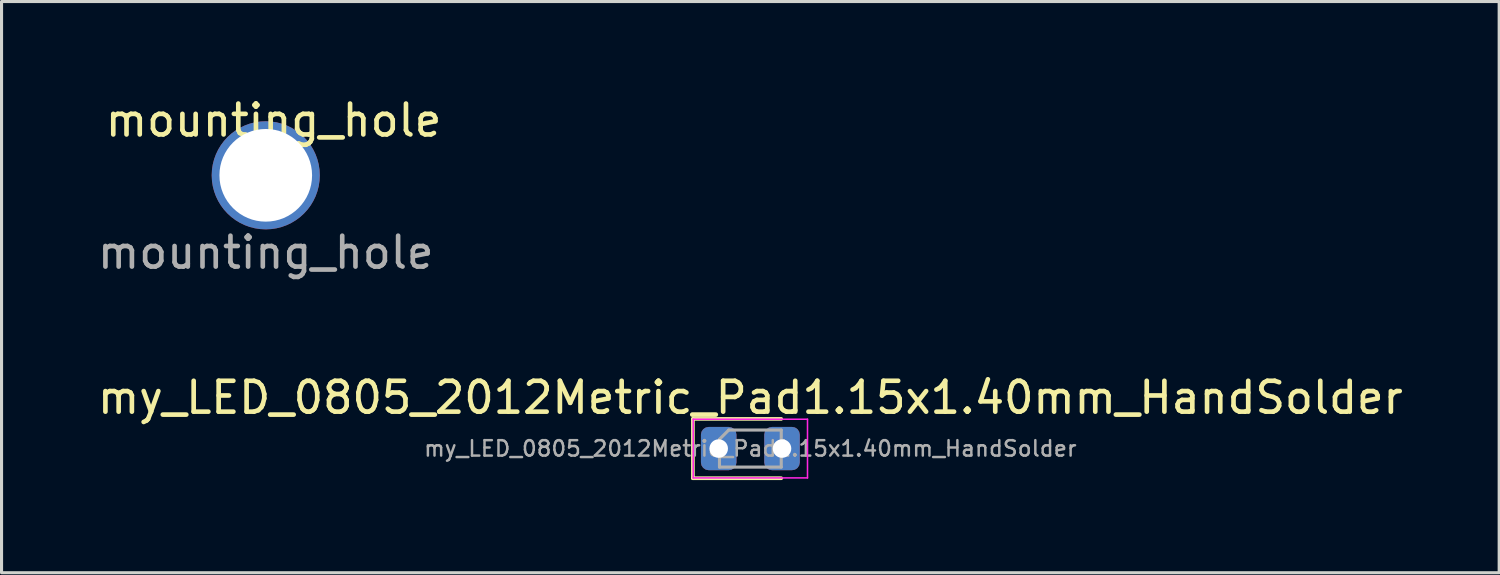
<source format=kicad_pcb>
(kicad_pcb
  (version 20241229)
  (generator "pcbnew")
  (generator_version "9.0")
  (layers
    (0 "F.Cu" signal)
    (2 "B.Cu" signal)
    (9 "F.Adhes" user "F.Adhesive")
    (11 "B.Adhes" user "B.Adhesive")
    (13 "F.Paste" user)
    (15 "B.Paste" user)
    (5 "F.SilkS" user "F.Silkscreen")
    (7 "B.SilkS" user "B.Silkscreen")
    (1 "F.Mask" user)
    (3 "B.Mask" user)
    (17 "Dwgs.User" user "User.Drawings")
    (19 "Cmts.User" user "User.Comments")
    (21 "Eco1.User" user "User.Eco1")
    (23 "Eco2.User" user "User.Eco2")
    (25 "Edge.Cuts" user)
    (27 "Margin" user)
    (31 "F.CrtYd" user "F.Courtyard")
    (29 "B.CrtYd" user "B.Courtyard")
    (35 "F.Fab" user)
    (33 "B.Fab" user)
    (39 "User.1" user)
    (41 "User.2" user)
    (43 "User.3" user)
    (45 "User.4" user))
  (footprint "mounting_hole"
    (layer "F.Cu")
    (at 5.554 2.626)
    (property "Reference" "mounting_hole" (at 0.254 -1.778 0) (unlocked yes) (layer "F.SilkS") (effects (font (size 1 1) (thickness 0.15))))
    (attr through_hole)
    (fp_text user "${REFERENCE}" (at 0 2.5 0) (unlocked yes) (layer "F.Fab") (effects (font (size 1 1) (thickness 0.15))))
    (pad "" np_thru_hole circle (at 0 0) (size 3.5 3.5) (drill 3) (layers "*.Cu")))
  (footprint "my_LED_0805_2012Metric_Pad1.15x1.40mm_HandSolder"
    (layer "F.Cu")
    (at 21.244 11.473)
    (property "Reference" "my_LED_0805_2012Metric_Pad1.15x1.40mm_HandSolder" (at 0 -1.65 0) (layer "F.SilkS") (effects (font (size 1 1) (thickness 0.15))))
    (attr smd)
    (fp_line (start -1.86 -0.96) (end -1.86 0.96) (stroke (width 0.12) (type solid)) (layer "F.SilkS"))
    (fp_line (start -1.86 0.96) (end 1 0.96) (stroke (width 0.12) (type solid)) (layer "F.SilkS"))
    (fp_line (start 1 -0.96) (end -1.86 -0.96) (stroke (width 0.12) (type solid)) (layer "F.SilkS"))
    (fp_line (start -1.85 -0.95) (end 1.85 -0.95) (stroke (width 0.05) (type solid)) (layer "F.CrtYd"))
    (fp_line (start -1.85 0.95) (end -1.85 -0.95) (stroke (width 0.05) (type solid)) (layer "F.CrtYd"))
    (fp_line (start 1.85 -0.95) (end 1.85 0.95) (stroke (width 0.05) (type solid)) (layer "F.CrtYd"))
    (fp_line (start 1.85 0.95) (end -1.85 0.95) (stroke (width 0.05) (type solid)) (layer "F.CrtYd"))
    (fp_line (start -1 -0.3) (end -1 0.6) (stroke (width 0.1) (type solid)) (layer "F.Fab"))
    (fp_line (start -1 0.6) (end 1 0.6) (stroke (width 0.1) (type solid)) (layer "F.Fab"))
    (fp_line (start -0.7 -0.6) (end -1 -0.3) (stroke (width 0.1) (type solid)) (layer "F.Fab"))
    (fp_line (start 1 -0.6) (end -0.7 -0.6) (stroke (width 0.1) (type solid)) (layer "F.Fab"))
    (fp_line (start 1 0.6) (end 1 -0.6) (stroke (width 0.1) (type solid)) (layer "F.Fab"))
    (fp_text user "${REFERENCE}" (at 0 0 0) (layer "F.Fab") (effects (font (size 0.5 0.5) (thickness 0.08))))
    (pad "1" thru_hole roundrect (at -1.025 0) (size 1.15 1.4) (drill 0.6) (layers "*.Cu" "*.Mask") (roundrect_rratio 0.217))
    (pad "2" thru_hole roundrect (at 1.025 0) (size 1.15 1.4) (drill 0.6) (layers "*.Cu" "*.Mask") (roundrect_rratio 0.217)))
  (gr_rect
    (start -3 -3)
    (end 45.488 15.493)
    (stroke (width 0.1) (type default))
    (fill no)
    (layer "Edge.Cuts")))
</source>
